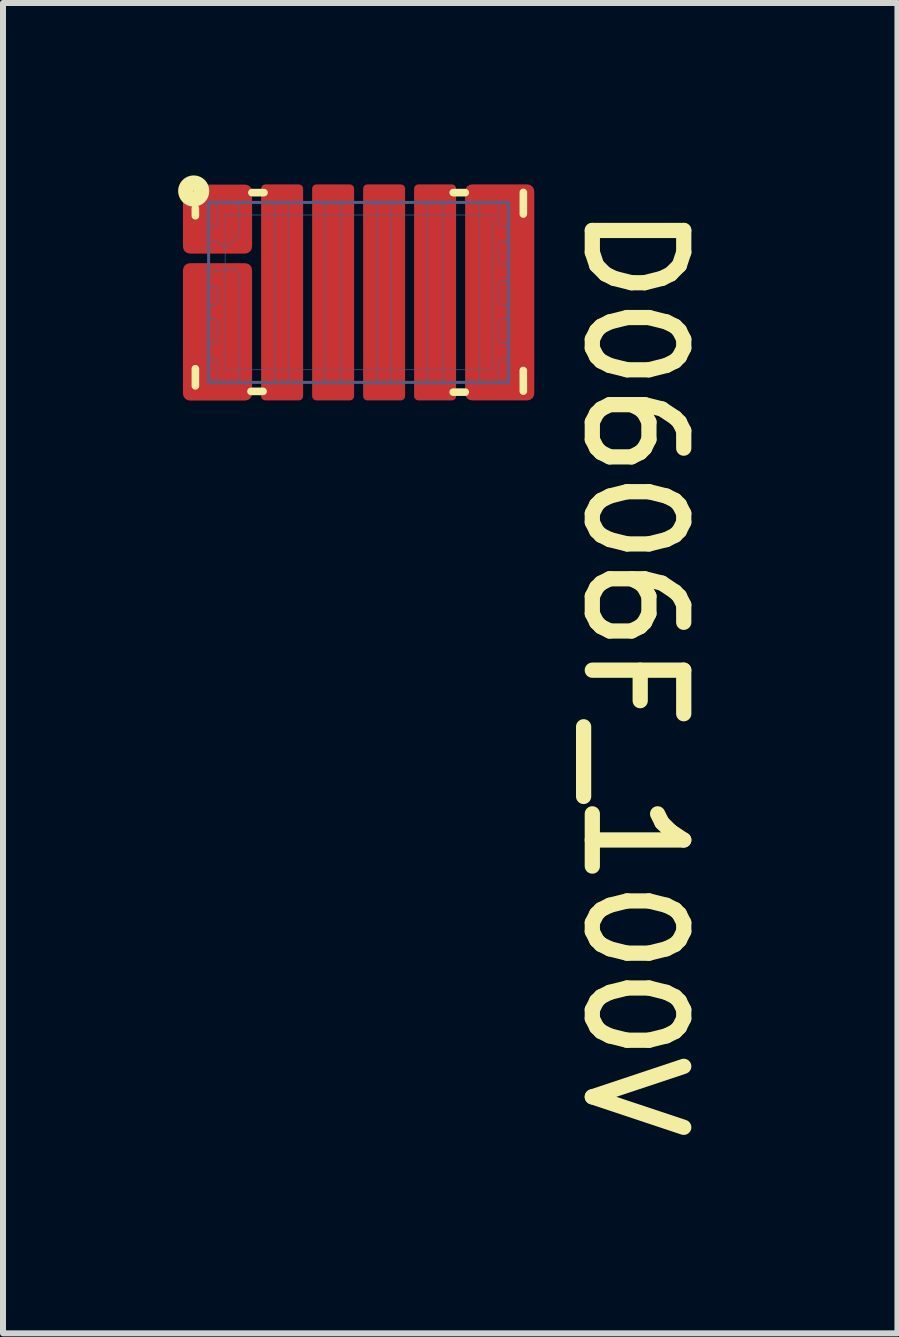
<source format=kicad_pcb>
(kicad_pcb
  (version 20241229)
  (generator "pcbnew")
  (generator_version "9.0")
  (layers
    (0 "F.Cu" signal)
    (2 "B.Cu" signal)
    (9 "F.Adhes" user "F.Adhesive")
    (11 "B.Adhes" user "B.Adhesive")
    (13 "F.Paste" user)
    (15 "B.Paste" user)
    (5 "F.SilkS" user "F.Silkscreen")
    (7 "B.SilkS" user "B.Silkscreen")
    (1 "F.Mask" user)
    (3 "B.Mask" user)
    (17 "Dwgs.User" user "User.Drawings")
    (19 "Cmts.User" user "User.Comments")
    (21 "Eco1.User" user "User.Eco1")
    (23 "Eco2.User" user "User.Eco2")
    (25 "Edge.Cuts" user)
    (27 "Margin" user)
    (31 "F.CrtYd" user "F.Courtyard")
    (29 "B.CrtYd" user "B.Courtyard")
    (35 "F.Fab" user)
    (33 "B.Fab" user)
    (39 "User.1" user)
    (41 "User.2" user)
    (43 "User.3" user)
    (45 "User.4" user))
  (footprint "D0606F_100V"
    (layer "F.Cu")
    (at 2.928 1.824)
    (property "Reference" "D0606F_100V" (at 3.696 -1.562 270) (unlocked yes) (layer "F.SilkS") (effects (font (size 1.524 1.524) (thickness 0.254)) (justify left bottom)))
    (attr smd)
    (fp_poly (pts (xy -2.656 -0.844) (xy -1.984 -0.844) (xy -1.984 -1.106) (xy -2.656 -1.106)) (stroke (width 0.087) (type solid)) (fill yes) (layer "F.Mask"))
    (fp_poly (pts (xy -2.656 -0.094) (xy -1.984 -0.094) (xy -1.984 -0.356) (xy -2.656 -0.356)) (stroke (width 0.087) (type solid)) (fill yes) (layer "F.Mask"))
    (fp_poly (pts (xy -2.656 0.456) (xy -1.984 0.456) (xy -1.984 0.194) (xy -2.656 0.194)) (stroke (width 0.087) (type solid)) (fill yes) (layer "F.Mask"))
    (fp_poly (pts (xy -2.656 1.106) (xy -1.984 1.106) (xy -1.984 0.844) (xy -2.656 0.844)) (stroke (width 0.087) (type solid)) (fill yes) (layer "F.Mask"))
    (fp_poly (pts (xy -1.999 -0.773) (xy -1.999 -1.641) (xy -2.351 -1.641) (xy -2.351 -0.773)) (stroke (width 0.117) (type solid)) (fill yes) (layer "F.Mask"))
    (fp_poly (pts (xy -1.999 1.641) (xy -1.999 -0.316) (xy -2.351 -0.316) (xy -2.351 1.641)) (stroke (width 0.117) (type solid)) (fill yes) (layer "F.Mask"))
    (fp_poly (pts (xy -1.136 1.654) (xy -1.136 -1.654) (xy -1.414 -1.654) (xy -1.414 1.654)) (stroke (width 0.092) (type solid)) (fill yes) (layer "F.Mask"))
    (fp_poly (pts (xy -0.286 1.654) (xy -0.286 -1.654) (xy -0.564 -1.654) (xy -0.564 1.654)) (stroke (width 0.092) (type solid)) (fill yes) (layer "F.Mask"))
    (fp_poly (pts (xy 0.564 1.654) (xy 0.564 -1.654) (xy 0.286 -1.654) (xy 0.286 1.654)) (stroke (width 0.092) (type solid)) (fill yes) (layer "F.Mask"))
    (fp_poly (pts (xy 1.414 1.654) (xy 1.414 -1.654) (xy 1.136 -1.654) (xy 1.136 1.654)) (stroke (width 0.092) (type solid)) (fill yes) (layer "F.Mask"))
    (fp_poly (pts (xy 2.352 1.641) (xy 2.352 -1.641) (xy 1.999 -1.641) (xy 1.999 1.641)) (stroke (width 0.117) (type solid)) (fill yes) (layer "F.Mask"))
    (fp_poly (pts (xy 2.654 -1.114) (xy 1.986 -1.114) (xy 1.986 -0.836) (xy 2.654 -0.836)) (stroke (width 0.092) (type solid)) (fill yes) (layer "F.Mask"))
    (fp_poly (pts (xy 2.654 -0.464) (xy 1.986 -0.464) (xy 1.986 -0.186) (xy 2.654 -0.186)) (stroke (width 0.092) (type solid)) (fill yes) (layer "F.Mask"))
    (fp_poly (pts (xy 2.654 0.186) (xy 1.986 0.186) (xy 1.986 0.464) (xy 2.654 0.464)) (stroke (width 0.092) (type solid)) (fill yes) (layer "F.Mask"))
    (fp_poly (pts (xy 2.654 0.836) (xy 1.986 0.836) (xy 1.986 1.114) (xy 2.654 1.114)) (stroke (width 0.092) (type solid)) (fill yes) (layer "F.Mask"))
    (fp_line (start -2.722 -1.399) (end -2.721 -1.277) (stroke (width 0.127) (type solid)) (layer "F.SilkS"))
    (fp_line (start -2.721 1.273) (end -2.721 1.558) (stroke (width 0.127) (type solid)) (layer "F.SilkS"))
    (fp_line (start -1.794 1.65) (end -1.593 1.65) (stroke (width 0.127) (type solid)) (layer "F.SilkS"))
    (fp_line (start -1.779 -1.663) (end -1.577 -1.663) (stroke (width 0.127) (type solid)) (layer "F.SilkS"))
    (fp_line (start 1.577 -1.663) (end 1.778 -1.663) (stroke (width 0.127) (type solid)) (layer "F.SilkS"))
    (fp_line (start 1.577 1.663) (end 1.778 1.663) (stroke (width 0.127) (type solid)) (layer "F.SilkS"))
    (fp_line (start 2.745 1.302) (end 2.746 1.646) (stroke (width 0.127) (type solid)) (layer "F.SilkS"))
    (fp_line (start 2.746 -1.667) (end 2.746 -1.306) (stroke (width 0.127) (type solid)) (layer "F.SilkS"))
    (fp_circle (center -2.749 -1.69) (end -2.743 -1.69) (stroke (width 0.254) (type solid)) (fill no) (layer "F.SilkS"))
    (fp_poly (pts (xy -2.709 -1.091) (xy -2.709 -0.859) (xy -2.571 -0.859) (xy -2.571 -1.091)) (stroke (width 0.138) (type solid)) (fill yes) (layer "F.Paste"))
    (fp_poly (pts (xy -2.709 -0.342) (xy -2.709 -0.109) (xy -2.571 -0.109) (xy -2.571 -0.342)) (stroke (width 0.138) (type solid)) (fill yes) (layer "F.Paste"))
    (fp_poly (pts (xy -2.709 0.208) (xy -2.709 0.441) (xy -2.571 0.441) (xy -2.571 0.208)) (stroke (width 0.138) (type solid)) (fill yes) (layer "F.Paste"))
    (fp_poly (pts (xy -2.709 0.858) (xy -2.709 1.091) (xy -2.571 1.091) (xy -2.571 0.858)) (stroke (width 0.138) (type solid)) (fill yes) (layer "F.Paste"))
    (fp_poly (pts (xy -2.223 -1.604) (xy -2.223 -0.829) (xy -2.023 -0.829) (xy -2.023 -1.604)) (stroke (width 0.2) (type solid)) (fill yes) (layer "F.Paste"))
    (fp_poly (pts (xy -2.223 -0.3) (xy -2.223 0.4) (xy -2.022 0.4) (xy -2.022 -0.3)) (stroke (width 0.2) (type solid)) (fill yes) (layer "F.Paste"))
    (fp_poly (pts (xy -2.223 0.8) (xy -2.223 1.6) (xy -2.022 1.6) (xy -2.022 0.8)) (stroke (width 0.2) (type solid)) (fill yes) (layer "F.Paste"))
    (fp_poly (pts (xy -1.21 -0.265) (xy -1.21 -1.635) (xy -1.34 -1.635) (xy -1.34 -0.265)) (stroke (width 0.13) (type solid)) (fill yes) (layer "F.Paste"))
    (fp_poly (pts (xy -1.21 1.635) (xy -1.21 0.265) (xy -1.34 0.265) (xy -1.34 1.635)) (stroke (width 0.13) (type solid)) (fill yes) (layer "F.Paste"))
    (fp_poly (pts (xy -0.36 -0.265) (xy -0.36 -1.635) (xy -0.49 -1.635) (xy -0.49 -0.265)) (stroke (width 0.13) (type solid)) (fill yes) (layer "F.Paste"))
    (fp_poly (pts (xy -0.36 1.635) (xy -0.36 0.265) (xy -0.49 0.265) (xy -0.49 1.635)) (stroke (width 0.13) (type solid)) (fill yes) (layer "F.Paste"))
    (fp_poly (pts (xy 0.49 -0.265) (xy 0.49 -1.635) (xy 0.36 -1.635) (xy 0.36 -0.265)) (stroke (width 0.13) (type solid)) (fill yes) (layer "F.Paste"))
    (fp_poly (pts (xy 0.49 1.635) (xy 0.49 0.265) (xy 0.36 0.265) (xy 0.36 1.635)) (stroke (width 0.13) (type solid)) (fill yes) (layer "F.Paste"))
    (fp_poly (pts (xy 1.34 -0.265) (xy 1.34 -1.635) (xy 1.21 -1.635) (xy 1.21 -0.265)) (stroke (width 0.13) (type solid)) (fill yes) (layer "F.Paste"))
    (fp_poly (pts (xy 1.34 1.635) (xy 1.34 0.265) (xy 1.21 0.265) (xy 1.21 1.635)) (stroke (width 0.13) (type solid)) (fill yes) (layer "F.Paste"))
    (fp_poly (pts (xy 2.223 -0.8) (xy 2.223 -1.6) (xy 2.023 -1.6) (xy 2.023 -0.8)) (stroke (width 0.2) (type solid)) (fill yes) (layer "F.Paste"))
    (fp_poly (pts (xy 2.223 0.4) (xy 2.223 -0.4) (xy 2.023 -0.4) (xy 2.023 0.4)) (stroke (width 0.2) (type solid)) (fill yes) (layer "F.Paste"))
    (fp_poly (pts (xy 2.223 1.6) (xy 2.223 0.8) (xy 2.023 0.8) (xy 2.023 1.6)) (stroke (width 0.2) (type solid)) (fill yes) (layer "F.Paste"))
    (fp_poly (pts (xy 2.709 -0.859) (xy 2.709 -1.091) (xy 2.571 -1.091) (xy 2.571 -0.859)) (stroke (width 0.138) (type solid)) (fill yes) (layer "F.Paste"))
    (fp_poly (pts (xy 2.709 -0.209) (xy 2.709 -0.441) (xy 2.571 -0.441) (xy 2.571 -0.209)) (stroke (width 0.138) (type solid)) (fill yes) (layer "F.Paste"))
    (fp_poly (pts (xy 2.709 0.441) (xy 2.709 0.209) (xy 2.571 0.209) (xy 2.571 0.441)) (stroke (width 0.138) (type solid)) (fill yes) (layer "F.Paste"))
    (fp_poly (pts (xy 2.709 1.091) (xy 2.709 0.859) (xy 2.571 0.859) (xy 2.571 1.091)) (stroke (width 0.138) (type solid)) (fill yes) (layer "F.Paste"))
    (fp_line (start -2.5 -1.5) (end -2.5 1.5) (stroke (width 0.05) (type solid)) (layer "B.Fab"))
    (fp_line (start -2.5 -1.5) (end 2.5 -1.5) (stroke (width 0.05) (type solid)) (layer "B.Fab"))
    (fp_line (start -2.5 -1.085) (end -2.5 -0.865) (stroke (width 0.013) (type solid)) (layer "B.Fab"))
    (fp_line (start -2.5 -1.085) (end -2.4 -1.085) (stroke (width 0.013) (type solid)) (layer "B.Fab"))
    (fp_line (start -2.5 -0.865) (end -2.349 -0.865) (stroke (width 0.013) (type solid)) (layer "B.Fab"))
    (fp_line (start -2.5 0.2) (end -2.5 0.45) (stroke (width 0.013) (type solid)) (layer "B.Fab"))
    (fp_line (start -2.5 0.2) (end -2.4 0.2) (stroke (width 0.013) (type solid)) (layer "B.Fab"))
    (fp_line (start -2.5 0.45) (end -2.4 0.45) (stroke (width 0.013) (type solid)) (layer "B.Fab"))
    (fp_line (start -2.5 0.85) (end -2.5 1.1) (stroke (width 0.013) (type solid)) (layer "B.Fab"))
    (fp_line (start -2.5 0.85) (end -2.4 0.85) (stroke (width 0.013) (type solid)) (layer "B.Fab"))
    (fp_line (start -2.5 1.1) (end -2.4 1.1) (stroke (width 0.013) (type solid)) (layer "B.Fab"))
    (fp_line (start -2.5 1.5) (end 2.5 1.5) (stroke (width 0.05) (type solid)) (layer "B.Fab"))
    (fp_line (start -2.5 -0.35) (end -2.5 -0.1) (stroke (width 0.013) (type solid)) (layer "B.Fab"))
    (fp_line (start -2.5 -0.35) (end -2.316 -0.35) (stroke (width 0.013) (type solid)) (layer "B.Fab"))
    (fp_line (start -2.5 -0.1) (end -2.4 -0.1) (stroke (width 0.013) (type solid)) (layer "B.Fab"))
    (fp_line (start -2.35 -1.5) (end -2.35 -1.135) (stroke (width 0.013) (type solid)) (layer "B.Fab"))
    (fp_line (start -2.35 -1.5) (end -2 -1.5) (stroke (width 0.013) (type solid)) (layer "B.Fab"))
    (fp_line (start -2.35 -0.05) (end -2.35 0.15) (stroke (width 0.013) (type solid)) (layer "B.Fab"))
    (fp_line (start -2.35 0.5) (end -2.35 0.8) (stroke (width 0.013) (type solid)) (layer "B.Fab"))
    (fp_line (start -2.35 1.15) (end -2.35 1.5) (stroke (width 0.013) (type solid)) (layer "B.Fab"))
    (fp_line (start -2.35 1.5) (end -2 1.5) (stroke (width 0.013) (type solid)) (layer "B.Fab"))
    (fp_line (start -2.325 -1.5) (end -2.025 -1.5) (stroke (width 0.013) (type solid)) (layer "B.Fab"))
    (fp_line (start -2.325 1.5) (end -2.025 1.5) (stroke (width 0.013) (type solid)) (layer "B.Fab"))
    (fp_line (start -2.325 1.5) (end -2.025 1.5) (stroke (width 0.013) (type solid)) (layer "B.Fab"))
    (fp_line (start -2.25 -0.775) (end -2.165 -0.775) (stroke (width 0.013) (type solid)) (layer "B.Fab"))
    (fp_line (start -2.25 -0.375) (end -2.1 -0.375) (stroke (width 0.013) (type solid)) (layer "B.Fab"))
    (fp_line (start -2.235 -0.375) (end -2.115 -0.375) (stroke (width 0.013) (type solid)) (layer "B.Fab"))
    (fp_line (start -2.225 -1.29) (end -2.225 1.29) (stroke (width 0.01) (type solid)) (layer "B.Fab"))
    (fp_line (start -2.225 -1.29) (end 2.225 -1.29) (stroke (width 0.01) (type solid)) (layer "B.Fab"))
    (fp_line (start -2.225 1.29) (end 2.225 1.29) (stroke (width 0.01) (type solid)) (layer "B.Fab"))
    (fp_line (start -2 -1.5) (end -2 -0.94) (stroke (width 0.013) (type solid)) (layer "B.Fab"))
    (fp_line (start -2 -0.94) (end -2.165 -0.775) (stroke (width 0.013) (type solid)) (layer "B.Fab"))
    (fp_line (start -2 -0.275) (end -2 1.5) (stroke (width 0.013) (type solid)) (layer "B.Fab"))
    (fp_line (start -1.4 -1.5) (end -1.4 1.5) (stroke (width 0.013) (type solid)) (layer "B.Fab"))
    (fp_line (start -1.4 -1.5) (end -1.15 -1.5) (stroke (width 0.013) (type solid)) (layer "B.Fab"))
    (fp_line (start -1.4 1.5) (end -1.15 1.5) (stroke (width 0.013) (type solid)) (layer "B.Fab"))
    (fp_line (start -1.15 -1.5) (end -1.15 1.5) (stroke (width 0.013) (type solid)) (layer "B.Fab"))
    (fp_line (start -0.55 -1.5) (end -0.55 1.5) (stroke (width 0.013) (type solid)) (layer "B.Fab"))
    (fp_line (start -0.55 -1.5) (end -0.3 -1.5) (stroke (width 0.013) (type solid)) (layer "B.Fab"))
    (fp_line (start -0.55 1.5) (end -0.3 1.5) (stroke (width 0.013) (type solid)) (layer "B.Fab"))
    (fp_line (start -0.3 -1.5) (end -0.3 1.5) (stroke (width 0.013) (type solid)) (layer "B.Fab"))
    (fp_line (start 0.3 -1.5) (end 0.3 1.5) (stroke (width 0.013) (type solid)) (layer "B.Fab"))
    (fp_line (start 0.3 -1.5) (end 0.55 -1.5) (stroke (width 0.013) (type solid)) (layer "B.Fab"))
    (fp_line (start 0.3 1.5) (end 0.55 1.5) (stroke (width 0.013) (type solid)) (layer "B.Fab"))
    (fp_line (start 0.55 -1.5) (end 0.55 1.5) (stroke (width 0.013) (type solid)) (layer "B.Fab"))
    (fp_line (start 1.15 -1.5) (end 1.15 1.5) (stroke (width 0.013) (type solid)) (layer "B.Fab"))
    (fp_line (start 1.15 -1.5) (end 1.4 -1.5) (stroke (width 0.013) (type solid)) (layer "B.Fab"))
    (fp_line (start 1.15 1.5) (end 1.4 1.5) (stroke (width 0.013) (type solid)) (layer "B.Fab"))
    (fp_line (start 1.4 -1.5) (end 1.4 1.5) (stroke (width 0.013) (type solid)) (layer "B.Fab"))
    (fp_line (start 2 -1.5) (end 2 1.5) (stroke (width 0.013) (type solid)) (layer "B.Fab"))
    (fp_line (start 2 -1.5) (end 2.35 -1.5) (stroke (width 0.013) (type solid)) (layer "B.Fab"))
    (fp_line (start 2 1.5) (end 2.35 1.5) (stroke (width 0.013) (type solid)) (layer "B.Fab"))
    (fp_line (start 2.225 -1.29) (end 2.225 1.29) (stroke (width 0.01) (type solid)) (layer "B.Fab"))
    (fp_line (start 2.35 -1.5) (end 2.35 -1.135) (stroke (width 0.013) (type solid)) (layer "B.Fab"))
    (fp_line (start 2.35 -0.815) (end 2.35 -0.485) (stroke (width 0.013) (type solid)) (layer "B.Fab"))
    (fp_line (start 2.35 -0.165) (end 2.35 0.165) (stroke (width 0.013) (type solid)) (layer "B.Fab"))
    (fp_line (start 2.35 0.485) (end 2.35 0.815) (stroke (width 0.013) (type solid)) (layer "B.Fab"))
    (fp_line (start 2.35 1.135) (end 2.35 1.5) (stroke (width 0.013) (type solid)) (layer "B.Fab"))
    (fp_line (start 2.385 -1.1) (end 2.5 -1.1) (stroke (width 0.013) (type solid)) (layer "B.Fab"))
    (fp_line (start 2.385 -0.85) (end 2.5 -0.85) (stroke (width 0.013) (type solid)) (layer "B.Fab"))
    (fp_line (start 2.385 -0.45) (end 2.5 -0.45) (stroke (width 0.013) (type solid)) (layer "B.Fab"))
    (fp_line (start 2.385 -0.2) (end 2.5 -0.2) (stroke (width 0.013) (type solid)) (layer "B.Fab"))
    (fp_line (start 2.385 0.2) (end 2.5 0.2) (stroke (width 0.013) (type solid)) (layer "B.Fab"))
    (fp_line (start 2.385 0.45) (end 2.5 0.45) (stroke (width 0.013) (type solid)) (layer "B.Fab"))
    (fp_line (start 2.385 0.85) (end 2.5 0.85) (stroke (width 0.013) (type solid)) (layer "B.Fab"))
    (fp_line (start 2.385 1.1) (end 2.5 1.1) (stroke (width 0.013) (type solid)) (layer "B.Fab"))
    (fp_line (start 2.5 -1.5) (end 2.5 1.5) (stroke (width 0.05) (type solid)) (layer "B.Fab"))
    (fp_line (start 2.5 -1.1) (end 2.5 -0.85) (stroke (width 0.013) (type solid)) (layer "B.Fab"))
    (fp_line (start 2.5 -0.45) (end 2.5 -0.2) (stroke (width 0.013) (type solid)) (layer "B.Fab"))
    (fp_line (start 2.5 0.2) (end 2.5 0.45) (stroke (width 0.013) (type solid)) (layer "B.Fab"))
    (fp_line (start 2.5 0.85) (end 2.5 1.1) (stroke (width 0.013) (type solid)) (layer "B.Fab"))
    (fp_arc (start -2.4 -0.1) (mid -2.364645 -0.085355) (end -2.35 -0.05) (stroke (width 0.0127) (type solid)) (layer "B.Fab"))
    (fp_arc (start -2.4 0.45) (mid -2.364645 0.464645) (end -2.35 0.5) (stroke (width 0.0127) (type solid)) (layer "B.Fab"))
    (fp_arc (start -2.4 1.1) (mid -2.364645 1.114645) (end -2.35 1.15) (stroke (width 0.0127) (type solid)) (layer "B.Fab"))
    (fp_arc (start -2.35 -1.135) (mid -2.364645 -1.099645) (end -2.4 -1.085) (stroke (width 0.0127) (type solid)) (layer "B.Fab"))
    (fp_arc (start -2.35 0.15) (mid -2.364645 0.185355) (end -2.4 0.2) (stroke (width 0.0127) (type solid)) (layer "B.Fab"))
    (fp_arc (start -2.35 0.8) (mid -2.364645 0.835355) (end -2.4 0.85) (stroke (width 0.0127) (type solid)) (layer "B.Fab"))
    (fp_arc (start -2.316145 -0.349999) (mid -2.285357 -0.368541) (end -2.250002 -0.375) (stroke (width 0.0127) (type solid)) (layer "B.Fab"))
    (fp_arc (start -2.250001 -0.775) (mid -2.317083 -0.800839) (end -2.349499 -0.865001) (stroke (width 0.0127) (type solid)) (layer "B.Fab"))
    (fp_arc (start -2.1 -0.375) (mid -2.029289 -0.345711) (end -2 -0.275) (stroke (width 0.0127) (type solid)) (layer "B.Fab"))
    (fp_arc (start 2.35 -0.814999) (mid 2.360251 -0.839748) (end 2.384999 -0.85) (stroke (width 0.0127) (type solid)) (layer "B.Fab"))
    (fp_arc (start 2.35 -0.165) (mid 2.360251 -0.189749) (end 2.385 -0.2) (stroke (width 0.0127) (type solid)) (layer "B.Fab"))
    (fp_arc (start 2.35 0.485001) (mid 2.360251 0.460252) (end 2.384999 0.45) (stroke (width 0.0127) (type solid)) (layer "B.Fab"))
    (fp_arc (start 2.35 1.135) (mid 2.360251 1.110251) (end 2.385 1.1) (stroke (width 0.0127) (type solid)) (layer "B.Fab"))
    (fp_arc (start 2.384999 -0.45) (mid 2.360251 -0.460252) (end 2.35 -0.485001) (stroke (width 0.0127) (type solid)) (layer "B.Fab"))
    (fp_arc (start 2.384999 0.85) (mid 2.360251 0.839748) (end 2.35 0.814999) (stroke (width 0.0127) (type solid)) (layer "B.Fab"))
    (fp_arc (start 2.385 -1.1) (mid 2.360251 -1.110251) (end 2.35 -1.135) (stroke (width 0.0127) (type solid)) (layer "B.Fab"))
    (fp_arc (start 2.385 0.2) (mid 2.360251 0.189749) (end 2.35 0.165) (stroke (width 0.0127) (type solid)) (layer "B.Fab"))
    (pad "1" smd roundrect (at -2.352 -1.222) (size 1.152 1.15) (layers "F.Cu" "F.Mask" "F.Paste") (roundrect_rratio 0.1))
    (pad "2" smd roundrect (at -2.352 0.658) (size 1.152 2.29) (layers "F.Cu" "F.Mask" "F.Paste") (roundrect_rratio 0.1))
    (pad "3" smd roundrect (at -1.275 0) (size 0.7 3.6) (layers "F.Cu" "F.Mask" "F.Paste") (roundrect_rratio 0.1))
    (pad "4" smd roundrect (at -0.425 0) (size 0.7 3.6) (layers "F.Cu" "F.Mask" "F.Paste") (roundrect_rratio 0.1))
    (pad "5" smd roundrect (at 0.425 0) (size 0.7 3.6) (layers "F.Cu" "F.Mask" "F.Paste") (roundrect_rratio 0.1))
    (pad "6" smd roundrect (at 1.275 0) (size 0.7 3.6) (layers "F.Cu" "F.Mask" "F.Paste") (roundrect_rratio 0.1))
    (pad "7" smd roundrect (at 2.352 0) (size 1.152 3.6) (layers "F.Cu" "F.Mask" "F.Paste") (roundrect_rratio 0.1)))
  (gr_rect
    (start -3 -3)
    (end 11.91 19.176)
    (stroke (width 0.1) (type default))
    (fill no)
    (layer "Edge.Cuts")))
</source>
